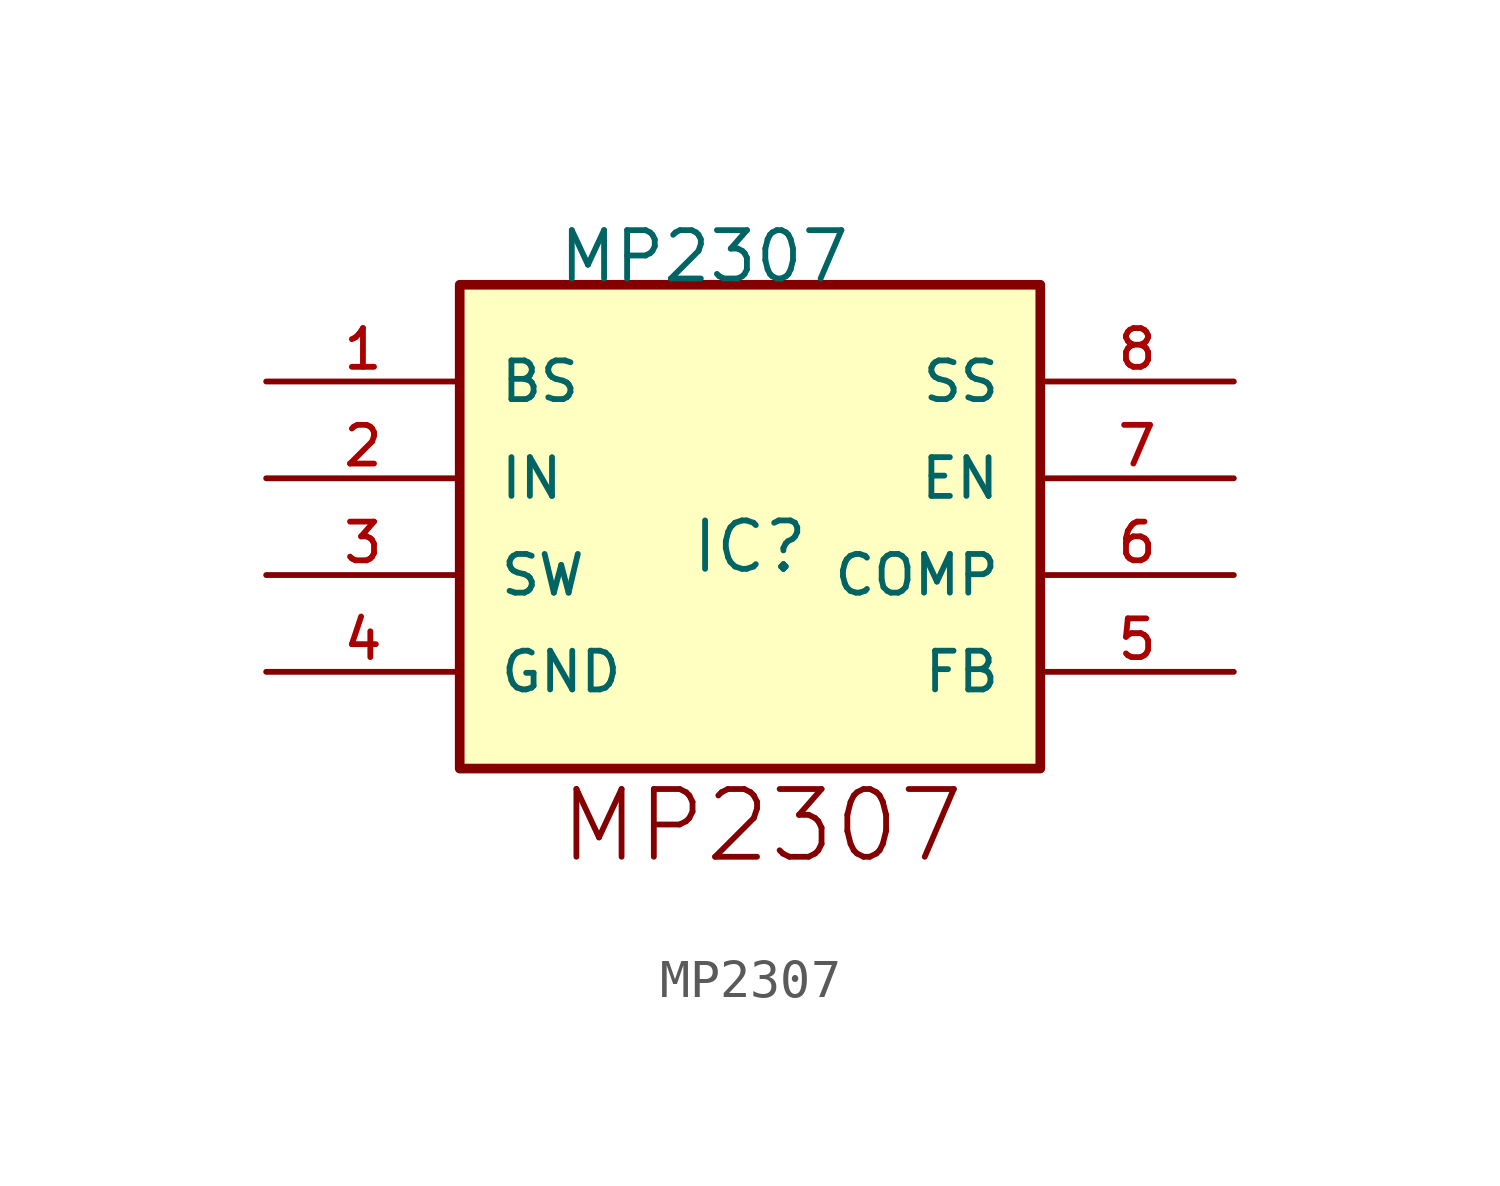
<source format=kicad_sym>
(kicad_symbol_lib
  (version 20211014)
  (generator kicad_symbol_editor)
  (symbol "MP2307"
    (pin_names
      (offset 1.016))
    (property "Reference" "IC"
      (at 0 0 0)
      (effects (font (size 1.27 1.27)) (justify bottom)))
    (property "Value" "MP2307"
      (at -5.08 7.62 0)
      (effects (font (size 1.27 1.27)) (justify bottom left)))
    (symbol "MP2307_0_0"
      (text "MP2307" (at -5.08 -7.62 0) (effects (font (size 1.778 1.778)) (justify bottom left)))
      (rectangle (start -7.62 -5.08) (end 7.62 7.62) (stroke (width 0.254)) (fill (type background)))
      (pin bidirectional line (at -12.7 5.08 0) (length 5.08) (name "BS" (effects (font (size 1.016 1.016)))) (number "1" (effects (font (size 1.016 1.016)))))
      (pin bidirectional line (at -12.7 2.54 0) (length 5.08) (name "IN" (effects (font (size 1.016 1.016)))) (number "2" (effects (font (size 1.016 1.016)))))
      (pin bidirectional line (at -12.7 0.0 0) (length 5.08) (name "SW" (effects (font (size 1.016 1.016)))) (number "3" (effects (font (size 1.016 1.016)))))
      (pin bidirectional line (at -12.7 -2.54 0) (length 5.08) (name "GND" (effects (font (size 1.016 1.016)))) (number "4" (effects (font (size 1.016 1.016)))))
      (pin bidirectional line (at 12.7 -2.54 180.0) (length 5.08) (name "FB" (effects (font (size 1.016 1.016)))) (number "5" (effects (font (size 1.016 1.016)))))
      (pin bidirectional line (at 12.7 0.0 180.0) (length 5.08) (name "COMP" (effects (font (size 1.016 1.016)))) (number "6" (effects (font (size 1.016 1.016)))))
      (pin bidirectional line (at 12.7 2.54 180.0) (length 5.08) (name "EN" (effects (font (size 1.016 1.016)))) (number "7" (effects (font (size 1.016 1.016)))))
      (pin bidirectional line (at 12.7 5.08 180.0) (length 5.08) (name "SS" (effects (font (size 1.016 1.016)))) (number "8" (effects (font (size 1.016 1.016))))))))
</source>
